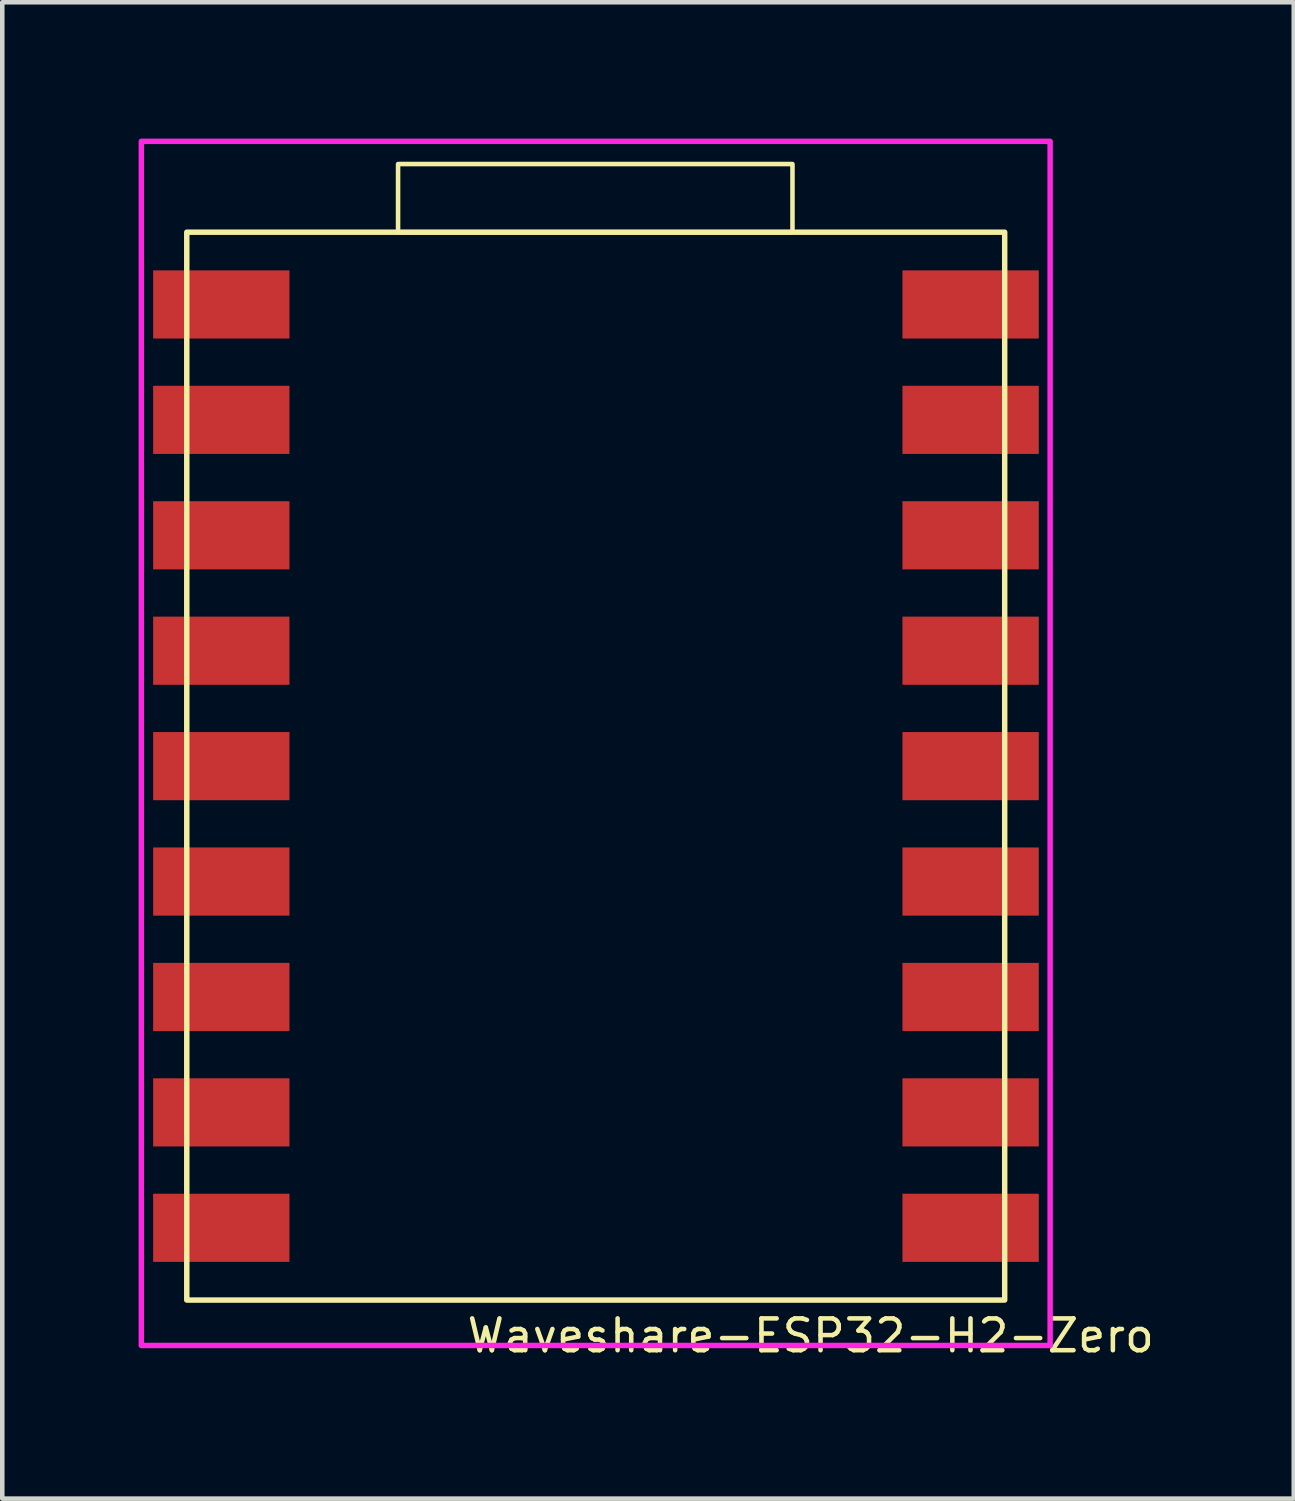
<source format=kicad_pcb>
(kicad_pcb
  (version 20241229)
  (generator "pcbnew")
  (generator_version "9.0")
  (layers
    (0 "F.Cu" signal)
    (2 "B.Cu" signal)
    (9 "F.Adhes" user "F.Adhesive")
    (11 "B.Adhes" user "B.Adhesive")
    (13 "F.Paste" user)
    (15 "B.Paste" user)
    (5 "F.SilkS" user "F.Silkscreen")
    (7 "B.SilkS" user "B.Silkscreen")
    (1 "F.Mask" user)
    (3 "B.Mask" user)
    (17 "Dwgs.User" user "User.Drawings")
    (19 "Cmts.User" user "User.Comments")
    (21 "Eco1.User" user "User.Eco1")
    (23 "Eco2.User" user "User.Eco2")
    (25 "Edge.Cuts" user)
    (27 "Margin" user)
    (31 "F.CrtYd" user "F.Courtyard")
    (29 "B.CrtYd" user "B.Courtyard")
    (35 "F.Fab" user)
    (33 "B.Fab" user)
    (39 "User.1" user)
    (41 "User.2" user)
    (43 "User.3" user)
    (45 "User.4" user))
  (footprint "Waveshare-ESP32-H2-Zero"
    (layer "F.Cu")
    (at 9.56 13.56)
    (property "Reference" "Waveshare-ESP32-H2-Zero" (at 5.231 12.785 0) (unlocked yes) (layer "F.SilkS") (effects (font (size 0.7 0.7) (thickness 0.1))))
    (attr smd)
    (fp_rect (start -8.5 -11.5) (end 9.5 12) (stroke (width 0.12) (type default)) (fill no) (layer "F.SilkS"))
    (fp_rect (start -3.85 -11.5) (end 4.83 -13) (stroke (width 0.1) (type default)) (fill no) (layer "F.SilkS"))
    (fp_rect (start -9.5 -13.5) (end 10.5 13) (stroke (width 0.12) (type default)) (fill no) (layer "F.CrtYd"))
    (pad "1" smd rect (at -7.74 -9.91) (size 3 1.5) (layers "F.Cu" "F.Mask" "F.Paste"))
    (pad "2" smd rect (at -7.74 -7.37) (size 3 1.5) (layers "F.Cu" "F.Mask" "F.Paste"))
    (pad "3" smd rect (at -7.74 -4.83) (size 3 1.5) (layers "F.Cu" "F.Mask" "F.Paste"))
    (pad "4" smd rect (at -7.74 -2.29) (size 3 1.5) (layers "F.Cu" "F.Mask" "F.Paste"))
    (pad "5" smd rect (at -7.74 0.25) (size 3 1.5) (layers "F.Cu" "F.Mask" "F.Paste"))
    (pad "6" smd rect (at -7.74 2.79) (size 3 1.5) (layers "F.Cu" "F.Mask" "F.Paste"))
    (pad "7" smd rect (at -7.74 5.33) (size 3 1.5) (layers "F.Cu" "F.Mask" "F.Paste"))
    (pad "8" smd rect (at -7.74 7.87) (size 3 1.5) (layers "F.Cu" "F.Mask" "F.Paste"))
    (pad "9" smd rect (at -7.74 10.41) (size 3 1.5) (layers "F.Cu" "F.Mask" "F.Paste"))
    (pad "10" smd rect (at 8.75 10.41) (size 3 1.5) (layers "F.Cu" "F.Mask" "F.Paste"))
    (pad "11" smd rect (at 8.75 7.87) (size 3 1.5) (layers "F.Cu" "F.Mask" "F.Paste"))
    (pad "12" smd rect (at 8.75 5.33) (size 3 1.5) (layers "F.Cu" "F.Mask" "F.Paste"))
    (pad "13" smd rect (at 8.75 2.79) (size 3 1.5) (layers "F.Cu" "F.Mask" "F.Paste"))
    (pad "14" smd rect (at 8.75 0.25) (size 3 1.5) (layers "F.Cu" "F.Mask" "F.Paste"))
    (pad "15" smd rect (at 8.75 -2.29) (size 3 1.5) (layers "F.Cu" "F.Mask" "F.Paste"))
    (pad "16" smd rect (at 8.75 -4.83) (size 3 1.5) (layers "F.Cu" "F.Mask" "F.Paste"))
    (pad "17" smd rect (at 8.75 -7.37) (size 3 1.5) (layers "F.Cu" "F.Mask" "F.Paste"))
    (pad "18" smd rect (at 8.75 -9.91) (size 3 1.5) (layers "F.Cu" "F.Mask" "F.Paste")))
  (gr_rect
    (start -3 -3)
    (end 25.421 29.93)
    (stroke (width 0.1) (type default))
    (fill no)
    (layer "Edge.Cuts")))
</source>
